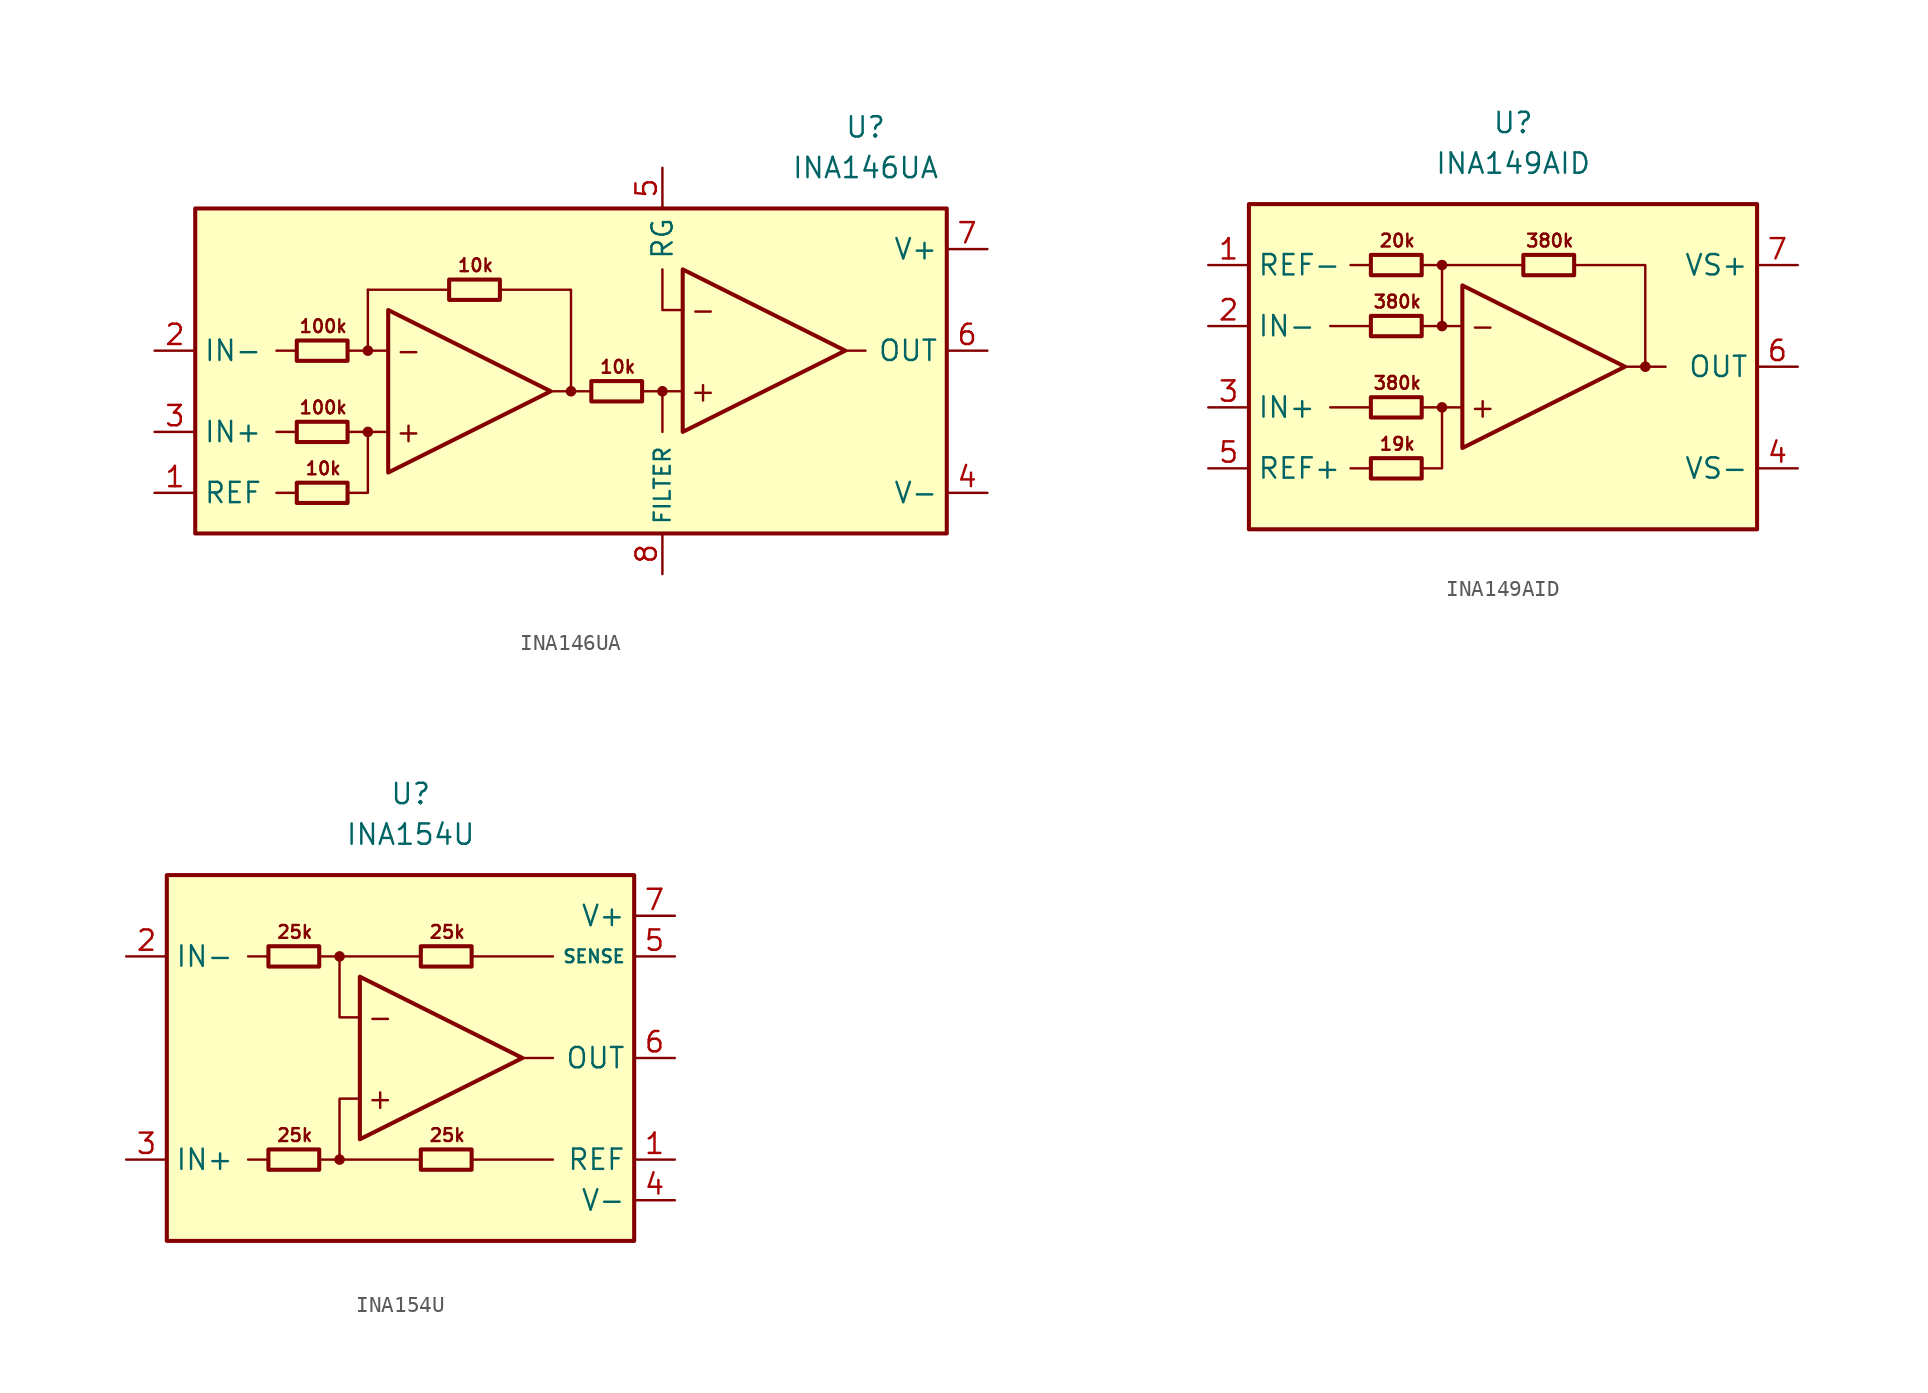
<source format=kicad_sym>
(kicad_symbol_lib
  (version 20211014)
  (generator kicad_symbol_editor)
  (symbol "INA146UA"
    (property "Reference" "U"
      (at 17.78 15.24 0)
      (effects (font (size 1.27 1.27))))
    (property "Value" "INA146UA"
      (at 17.78 12.7 0)
      (effects (font (size 1.27 1.27))))
    (symbol "INA146UA_0_0"
      (rectangle (start -24.13 10.16) (end 22.86 -10.16) (stroke (width 0.254) (type default) (color 0 0 0 0)) (fill (type background)))
      (circle (center -13.335 -3.81) (radius 0.254) (stroke (width 0.152) (type default) (color 0 0 0 0)) (fill (type outline)))
      (circle (center -13.335 1.27) (radius 0.254) (stroke (width 0.152) (type default) (color 0 0 0 0)) (fill (type outline)))
      (circle (center -0.635 -1.27) (radius 0.254) (stroke (width 0.152) (type default) (color 0 0 0 0)) (fill (type outline)))
      (polyline (pts (xy -17.78 -7.62) (xy -19.05 -7.62)) (stroke (width 0.152) (type default) (color 0 0 0 0)) (fill (type none)))
      (polyline (pts (xy -17.78 -3.81) (xy -19.05 -3.81)) (stroke (width 0.152) (type default) (color 0 0 0 0)) (fill (type none)))
      (polyline (pts (xy -17.78 1.27) (xy -19.05 1.27)) (stroke (width 0.152) (type default) (color 0 0 0 0)) (fill (type none)))
      (polyline (pts (xy -13.335 -3.81) (xy -14.605 -3.81)) (stroke (width 0) (type default) (color 0 0 0 0)) (fill (type none)))
      (polyline (pts (xy -13.335 1.27) (xy -14.605 1.27)) (stroke (width 0) (type default) (color 0 0 0 0)) (fill (type none)))
      (polyline (pts (xy -8.255 5.08) (xy -13.335 5.08)) (stroke (width 0.152) (type default) (color 0 0 0 0)) (fill (type none)))
      (polyline (pts (xy -1.905 -1.27) (xy -0.635 -1.27)) (stroke (width 0.152) (type default) (color 0 0 0 0)) (fill (type none)))
      (polyline (pts (xy 0.635 -1.27) (xy -0.635 -1.27)) (stroke (width 0.152) (type default) (color 0 0 0 0)) (fill (type none)))
      (polyline (pts (xy 3.81 -1.27) (xy 5.08 -1.27)) (stroke (width 0.152) (type default) (color 0 0 0 0)) (fill (type none)))
      (polyline (pts (xy 6.35 -1.27) (xy 5.08 -1.27)) (stroke (width 0.152) (type default) (color 0 0 0 0)) (fill (type none)))
      (polyline (pts (xy 16.51 1.27) (xy 17.78 1.27)) (stroke (width 0.152) (type default) (color 0 0 0 0)) (fill (type none)))
      (polyline (pts (xy -0.635 -1.27) (xy -0.635 5.08) (xy -5.08 5.08)) (stroke (width 0.152) (type default) (color 0 0 0 0)) (fill (type none)))
      (polyline (pts (xy 5.08 -1.27) (xy 5.08 -3.81) (xy 5.08 -3.81)) (stroke (width 0.152) (type default) (color 0 0 0 0)) (fill (type none)))
      (polyline (pts (xy 6.35 3.81) (xy 5.08 3.81) (xy 5.08 6.35)) (stroke (width 0.152) (type default) (color 0 0 0 0)) (fill (type none)))
      (polyline (pts (xy -14.605 -7.62) (xy -13.335 -7.62) (xy -13.335 -3.81) (xy -12.065 -3.81)) (stroke (width 0.152) (type default) (color 0 0 0 0)) (fill (type none)))
      (polyline (pts (xy -12.065 1.27) (xy -13.335 1.27) (xy -13.335 5.08) (xy -13.335 5.08)) (stroke (width 0.152) (type default) (color 0 0 0 0)) (fill (type none)))
      (circle (center 5.08 -1.27) (radius 0.254) (stroke (width 0.152) (type default) (color 0 0 0 0)) (fill (type outline)))
      (text "+" (at -10.795 -3.81 0) (effects (font (size 1.27 1.27))))
      (text "+" (at 7.62 -1.27 0) (effects (font (size 1.27 1.27))))
      (text "-" (at -10.795 1.27 0) (effects (font (size 1.27 1.27))))
      (text "-" (at 7.62 3.81 0) (effects (font (size 1.27 1.27))))
      (text "100k" (at -16.129 -2.286 0) (effects (font (size 0.8 0.8))))
      (text "100k" (at -16.129 2.794 0) (effects (font (size 0.8 0.8))))
      (text "10k" (at -16.129 -6.096 0) (effects (font (size 0.8 0.8))))
      (text "10k" (at -6.604 6.604 0) (effects (font (size 0.8 0.8))))
      (text "10k" (at 2.286 0.254 0) (effects (font (size 0.8 0.8)))))
    (symbol "INA146UA_0_1"
      (rectangle (start -17.78 -6.985) (end -14.605 -8.255) (stroke (width 0.254) (type default) (color 0 0 0 0)) (fill (type none)))
      (rectangle (start -17.78 -3.175) (end -14.605 -4.445) (stroke (width 0.254) (type default) (color 0 0 0 0)) (fill (type none)))
      (rectangle (start -17.78 1.905) (end -14.605 0.635) (stroke (width 0.254) (type default) (color 0 0 0 0)) (fill (type none)))
      (rectangle (start -8.255 5.715) (end -5.08 4.445) (stroke (width 0.254) (type default) (color 0 0 0 0)) (fill (type none)))
      (polyline (pts (xy -12.065 3.81) (xy -12.065 -6.35) (xy -1.905 -1.27) (xy -12.065 3.81)) (stroke (width 0.254) (type default) (color 0 0 0 0)) (fill (type none)))
      (polyline (pts (xy 6.35 6.35) (xy 6.35 -3.81) (xy 16.51 1.27) (xy 6.35 6.35)) (stroke (width 0.254) (type default) (color 0 0 0 0)) (fill (type none)))
      (rectangle (start 0.635 -0.635) (end 3.81 -1.905) (stroke (width 0.254) (type default) (color 0 0 0 0)) (fill (type none))))
    (symbol "INA146UA_1_1"
      (pin input line (at -26.67 -7.62 0) (length 2.54) (name "REF" (effects (font (size 1.27 1.27)))) (number "1" (effects (font (size 1.27 1.27)))))
      (pin input line (at -26.67 1.27 0) (length 2.54) (name "IN-" (effects (font (size 1.27 1.27)))) (number "2" (effects (font (size 1.27 1.27)))))
      (pin input line (at -26.67 -3.81 0) (length 2.54) (name "IN+" (effects (font (size 1.27 1.27)))) (number "3" (effects (font (size 1.27 1.27)))))
      (pin power_in line (at 25.4 -7.62 180) (length 2.54) (name "V-" (effects (font (size 1.27 1.27)))) (number "4" (effects (font (size 1.27 1.27)))))
      (pin passive line (at 5.08 12.7 270) (length 2.54) (name "RG" (effects (font (size 1.27 1.27)))) (number "5" (effects (font (size 1.27 1.27)))))
      (pin output line (at 25.4 1.27 180) (length 2.54) (name "OUT" (effects (font (size 1.27 1.27)))) (number "6" (effects (font (size 1.27 1.27)))))
      (pin power_in line (at 25.4 7.62 180) (length 2.54) (name "V+" (effects (font (size 1.27 1.27)))) (number "7" (effects (font (size 1.27 1.27)))))
      (pin passive line (at 5.08 -12.7 90) (length 2.54) (name "FILTER" (effects (font (size 1 1)))) (number "8" (effects (font (size 1.27 1.27)))))))
  (symbol "INA149AID"
    (property "Reference" "U"
      (at 0 15.24 0)
      (effects (font (size 1.27 1.27))))
    (property "Value" "INA149AID"
      (at 0 12.7 0)
      (effects (font (size 1.27 1.27))))
    (symbol "INA149AID_0_0"
      (rectangle (start -16.51 10.16) (end 15.24 -10.16) (stroke (width 0.254) (type default) (color 0 0 0 0)) (fill (type background)))
      (circle (center -4.445 -2.54) (radius 0.254) (stroke (width 0.152) (type default) (color 0 0 0 0)) (fill (type outline)))
      (circle (center -4.445 2.54) (radius 0.254) (stroke (width 0.152) (type default) (color 0 0 0 0)) (fill (type outline)))
      (circle (center -4.445 6.35) (radius 0.254) (stroke (width 0.152) (type default) (color 0 0 0 0)) (fill (type outline)))
      (polyline (pts (xy -8.89 -6.35) (xy -10.16 -6.35)) (stroke (width 0.152) (type default) (color 0 0 0 0)) (fill (type none)))
      (polyline (pts (xy -8.89 -2.54) (xy -11.43 -2.54)) (stroke (width 0.152) (type default) (color 0 0 0 0)) (fill (type none)))
      (polyline (pts (xy -8.89 2.54) (xy -11.43 2.54)) (stroke (width 0.152) (type default) (color 0 0 0 0)) (fill (type none)))
      (polyline (pts (xy -8.89 6.35) (xy -10.16 6.35)) (stroke (width 0.152) (type default) (color 0 0 0 0)) (fill (type none)))
      (polyline (pts (xy -5.715 6.35) (xy 0.635 6.35)) (stroke (width 0.152) (type default) (color 0 0 0 0)) (fill (type none)))
      (polyline (pts (xy -4.445 2.54) (xy -4.445 6.35)) (stroke (width 0.152) (type default) (color 0 0 0 0)) (fill (type none)))
      (polyline (pts (xy -3.175 -2.54) (xy -5.715 -2.54)) (stroke (width 0.152) (type default) (color 0 0 0 0)) (fill (type none)))
      (polyline (pts (xy -3.175 2.54) (xy -5.715 2.54)) (stroke (width 0.152) (type default) (color 0 0 0 0)) (fill (type none)))
      (polyline (pts (xy 8.255 0) (xy 9.525 0)) (stroke (width 0.152) (type default) (color 0 0 0 0)) (fill (type none)))
      (polyline (pts (xy -5.715 -6.35) (xy -4.445 -6.35) (xy -4.445 -2.54)) (stroke (width 0.152) (type default) (color 0 0 0 0)) (fill (type none)))
      (polyline (pts (xy 3.81 6.35) (xy 8.255 6.35) (xy 8.255 0) (xy 6.985 0)) (stroke (width 0.152) (type default) (color 0 0 0 0)) (fill (type none)))
      (circle (center 8.255 0) (radius 0.254) (stroke (width 0.152) (type default) (color 0 0 0 0)) (fill (type outline)))
      (text "+" (at -1.905 -2.54 0) (effects (font (size 1.27 1.27))))
      (text "-" (at -1.905 2.54 0) (effects (font (size 1.27 1.27))))
      (text "19k" (at -7.239 -4.826 0) (effects (font (size 0.8 0.8))))
      (text "20k" (at -7.239 7.874 0) (effects (font (size 0.8 0.8))))
      (text "380k" (at -7.239 -1.016 0) (effects (font (size 0.8 0.8))))
      (text "380k" (at -7.239 4.064 0) (effects (font (size 0.8 0.8))))
      (text "380k" (at 2.286 7.874 0) (effects (font (size 0.8 0.8)))))
    (symbol "INA149AID_0_1"
      (rectangle (start -8.89 -5.715) (end -5.715 -6.985) (stroke (width 0.254) (type default) (color 0 0 0 0)) (fill (type none)))
      (rectangle (start -8.89 -1.905) (end -5.715 -3.175) (stroke (width 0.254) (type default) (color 0 0 0 0)) (fill (type none)))
      (rectangle (start -8.89 3.175) (end -5.715 1.905) (stroke (width 0.254) (type default) (color 0 0 0 0)) (fill (type none)))
      (rectangle (start -8.89 6.985) (end -5.715 5.715) (stroke (width 0.254) (type default) (color 0 0 0 0)) (fill (type none)))
      (polyline (pts (xy -3.175 5.08) (xy -3.175 -5.08) (xy 6.985 0) (xy -3.175 5.08)) (stroke (width 0.254) (type default) (color 0 0 0 0)) (fill (type none)))
      (rectangle (start 0.635 6.985) (end 3.81 5.715) (stroke (width 0.254) (type default) (color 0 0 0 0)) (fill (type none))))
    (symbol "INA149AID_1_1"
      (pin input line (at -19.05 6.35 0) (length 2.54) (name "REF-" (effects (font (size 1.27 1.27)))) (number "1" (effects (font (size 1.27 1.27)))))
      (pin input line (at -19.05 2.54 0) (length 2.54) (name "IN-" (effects (font (size 1.27 1.27)))) (number "2" (effects (font (size 1.27 1.27)))))
      (pin input line (at -19.05 -2.54 0) (length 2.54) (name "IN+" (effects (font (size 1.27 1.27)))) (number "3" (effects (font (size 1.27 1.27)))))
      (pin power_in line (at 17.78 -6.35 180) (length 2.54) (name "VS-" (effects (font (size 1.27 1.27)))) (number "4" (effects (font (size 1.27 1.27)))))
      (pin input line (at -19.05 -6.35 0) (length 2.54) (name "REF+" (effects (font (size 1.27 1.27)))) (number "5" (effects (font (size 1.27 1.27)))))
      (pin output line (at 17.78 0 180) (length 2.54) (name "OUT" (effects (font (size 1.27 1.27)))) (number "6" (effects (font (size 1.27 1.27)))))
      (pin power_in line (at 17.78 6.35 180) (length 2.54) (name "VS+" (effects (font (size 1.27 1.27)))) (number "7" (effects (font (size 1.27 1.27)))))
      (pin no_connect line (at 5.08 -6.35 0) (length 2.54) hide (name "NC" (effects (font (size 1.27 1.27)))) (number "8" (effects (font (size 1.27 1.27)))))))
  (symbol "INA154U"
    (property "Reference" "U"
      (at 0 16.51 0)
      (effects (font (size 1.27 1.27))))
    (property "Value" "INA154U"
      (at 0 13.97 0)
      (effects (font (size 1.27 1.27))))
    (symbol "INA154U_0_0"
      (rectangle (start -15.24 11.43) (end 13.97 -11.43) (stroke (width 0.254) (type default) (color 0 0 0 0)) (fill (type background)))
      (circle (center -4.445 -6.35) (radius 0.254) (stroke (width 0.152) (type default) (color 0 0 0 0)) (fill (type outline)))
      (circle (center -4.445 6.35) (radius 0.254) (stroke (width 0.152) (type default) (color 0 0 0 0)) (fill (type outline)))
      (polyline (pts (xy -8.89 -6.35) (xy -10.16 -6.35)) (stroke (width 0.152) (type default) (color 0 0 0 0)) (fill (type none)))
      (polyline (pts (xy -8.89 6.35) (xy -10.16 6.35)) (stroke (width 0.152) (type default) (color 0 0 0 0)) (fill (type none)))
      (polyline (pts (xy -4.445 6.35) (xy 0.635 6.35)) (stroke (width 0.152) (type default) (color 0 0 0 0)) (fill (type none)))
      (polyline (pts (xy 0.635 -6.35) (xy -4.445 -6.35)) (stroke (width 0.152) (type default) (color 0 0 0 0)) (fill (type none)))
      (polyline (pts (xy 3.81 -6.35) (xy 8.89 -6.35)) (stroke (width 0.152) (type default) (color 0 0 0 0)) (fill (type none)))
      (polyline (pts (xy 3.81 6.35) (xy 8.89 6.35)) (stroke (width 0.152) (type default) (color 0 0 0 0)) (fill (type none)))
      (polyline (pts (xy 8.89 0) (xy 6.985 0)) (stroke (width 0.152) (type default) (color 0 0 0 0)) (fill (type none)))
      (polyline (pts (xy -5.715 -6.35) (xy -4.445 -6.35) (xy -4.445 -2.54) (xy -3.175 -2.54)) (stroke (width 0.152) (type default) (color 0 0 0 0)) (fill (type none)))
      (polyline (pts (xy -3.175 2.54) (xy -4.445 2.54) (xy -4.445 6.35) (xy -5.715 6.35)) (stroke (width 0.152) (type default) (color 0 0 0 0)) (fill (type none)))
      (text "+" (at -1.905 -2.54 0) (effects (font (size 1.27 1.27))))
      (text "-" (at -1.905 2.54 0) (effects (font (size 1.27 1.27))))
      (text "25k" (at -7.239 -4.826 0) (effects (font (size 0.8 0.8))))
      (text "25k" (at -7.239 7.874 0) (effects (font (size 0.8 0.8))))
      (text "25k" (at 2.286 -4.826 0) (effects (font (size 0.8 0.8))))
      (text "25k" (at 2.286 7.874 0) (effects (font (size 0.8 0.8)))))
    (symbol "INA154U_0_1"
      (rectangle (start -8.89 -5.715) (end -5.715 -6.985) (stroke (width 0.254) (type default) (color 0 0 0 0)) (fill (type none)))
      (rectangle (start -8.89 6.985) (end -5.715 5.715) (stroke (width 0.254) (type default) (color 0 0 0 0)) (fill (type none)))
      (polyline (pts (xy -3.175 5.08) (xy -3.175 -5.08) (xy 6.985 0) (xy -3.175 5.08)) (stroke (width 0.254) (type default) (color 0 0 0 0)) (fill (type none)))
      (rectangle (start 0.635 -5.715) (end 3.81 -6.985) (stroke (width 0.254) (type default) (color 0 0 0 0)) (fill (type none)))
      (rectangle (start 0.635 6.985) (end 3.81 5.715) (stroke (width 0.254) (type default) (color 0 0 0 0)) (fill (type none))))
    (symbol "INA154U_1_1"
      (pin input line (at 16.51 -6.35 180) (length 2.54) (name "REF" (effects (font (size 1.27 1.27)))) (number "1" (effects (font (size 1.27 1.27)))))
      (pin input line (at -17.78 6.35 0) (length 2.54) (name "IN-" (effects (font (size 1.27 1.27)))) (number "2" (effects (font (size 1.27 1.27)))))
      (pin input line (at -17.78 -6.35 0) (length 2.54) (name "IN+" (effects (font (size 1.27 1.27)))) (number "3" (effects (font (size 1.27 1.27)))))
      (pin power_in line (at 16.51 -8.89 180) (length 2.54) (name "V-" (effects (font (size 1.27 1.27)))) (number "4" (effects (font (size 1.27 1.27)))))
      (pin input line (at 16.51 6.35 180) (length 2.54) (name "SENSE" (effects (font (size 0.8 0.8)))) (number "5" (effects (font (size 1.27 1.27)))))
      (pin output line (at 16.51 0 180) (length 2.54) (name "OUT" (effects (font (size 1.27 1.27)))) (number "6" (effects (font (size 1.27 1.27)))))
      (pin power_in line (at 16.51 8.89 180) (length 2.54) (name "V+" (effects (font (size 1.27 1.27)))) (number "7" (effects (font (size 1.27 1.27)))))
      (pin no_connect line (at -10.16 0 0) (length 2.54) hide (name "NC" (effects (font (size 1.27 1.27)))) (number "8" (effects (font (size 1.27 1.27))))))))
</source>
